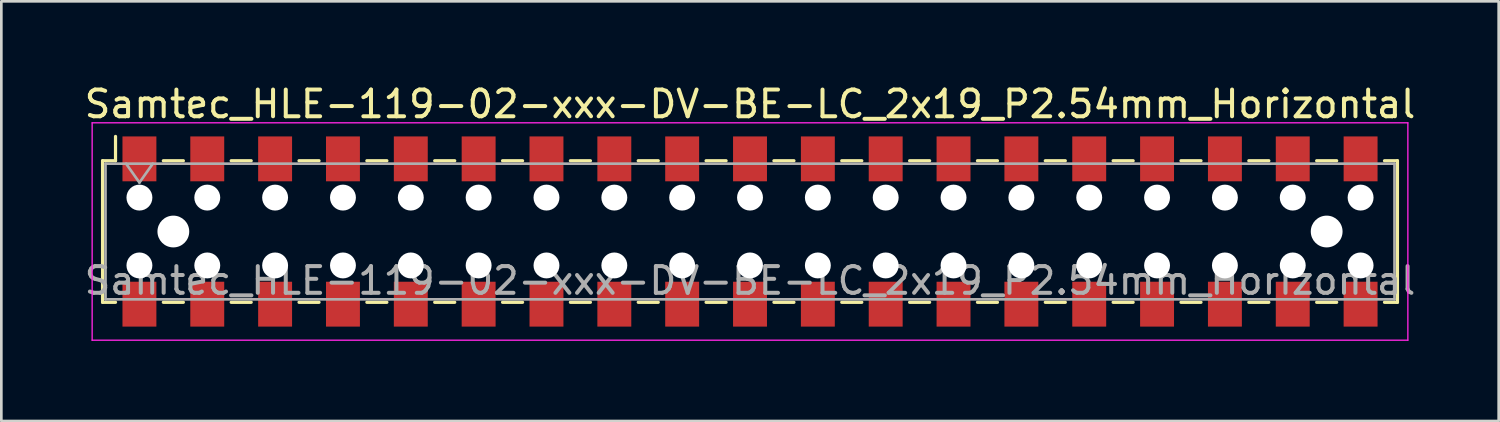
<source format=kicad_pcb>
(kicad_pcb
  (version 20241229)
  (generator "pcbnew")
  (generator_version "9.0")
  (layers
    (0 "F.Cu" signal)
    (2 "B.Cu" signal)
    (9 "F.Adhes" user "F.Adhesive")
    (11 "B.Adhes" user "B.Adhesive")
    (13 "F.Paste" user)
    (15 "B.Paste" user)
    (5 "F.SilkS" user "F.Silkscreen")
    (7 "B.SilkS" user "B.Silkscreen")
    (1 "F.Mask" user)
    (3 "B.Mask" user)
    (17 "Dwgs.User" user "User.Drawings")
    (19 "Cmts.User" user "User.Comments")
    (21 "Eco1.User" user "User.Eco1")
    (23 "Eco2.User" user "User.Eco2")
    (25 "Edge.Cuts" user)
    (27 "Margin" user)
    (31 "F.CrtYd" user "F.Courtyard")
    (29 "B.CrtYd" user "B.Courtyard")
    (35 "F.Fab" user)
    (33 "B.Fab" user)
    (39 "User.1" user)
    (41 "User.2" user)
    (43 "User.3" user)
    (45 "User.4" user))
  (footprint "Samtec_HLE-119-02-xxx-DV-BE-LC_2x19_P2.54mm_Horizontal"
    (layer "F.Cu")
    (at 25.03 5.618)
    (property "Reference" "Samtec_HLE-119-02-xxx-DV-BE-LC_2x19_P2.54mm_Horizontal" (at 0 -4.77 0) (layer "F.SilkS") (effects (font (size 1 1) (thickness 0.15))))
    (attr smd)
    (fp_line (start -24.24 -2.65) (end -24.24 2.65) (stroke (width 0.12) (type solid)) (layer "F.SilkS"))
    (fp_line (start -24.24 2.65) (end -23.755 2.65) (stroke (width 0.12) (type solid)) (layer "F.SilkS"))
    (fp_line (start -23.755 -3.56) (end -23.755 -2.65) (stroke (width 0.12) (type solid)) (layer "F.SilkS"))
    (fp_line (start -23.755 -2.65) (end -24.24 -2.65) (stroke (width 0.12) (type solid)) (layer "F.SilkS"))
    (fp_line (start -21.965 -2.65) (end -21.215 -2.65) (stroke (width 0.12) (type solid)) (layer "F.SilkS"))
    (fp_line (start -21.965 2.65) (end -21.215 2.65) (stroke (width 0.12) (type solid)) (layer "F.SilkS"))
    (fp_line (start -19.425 -2.65) (end -18.675 -2.65) (stroke (width 0.12) (type solid)) (layer "F.SilkS"))
    (fp_line (start -19.425 2.65) (end -18.675 2.65) (stroke (width 0.12) (type solid)) (layer "F.SilkS"))
    (fp_line (start -16.885 -2.65) (end -16.135 -2.65) (stroke (width 0.12) (type solid)) (layer "F.SilkS"))
    (fp_line (start -16.885 2.65) (end -16.135 2.65) (stroke (width 0.12) (type solid)) (layer "F.SilkS"))
    (fp_line (start -14.345 -2.65) (end -13.595 -2.65) (stroke (width 0.12) (type solid)) (layer "F.SilkS"))
    (fp_line (start -14.345 2.65) (end -13.595 2.65) (stroke (width 0.12) (type solid)) (layer "F.SilkS"))
    (fp_line (start -11.805 -2.65) (end -11.055 -2.65) (stroke (width 0.12) (type solid)) (layer "F.SilkS"))
    (fp_line (start -11.805 2.65) (end -11.055 2.65) (stroke (width 0.12) (type solid)) (layer "F.SilkS"))
    (fp_line (start -9.265 -2.65) (end -8.515 -2.65) (stroke (width 0.12) (type solid)) (layer "F.SilkS"))
    (fp_line (start -9.265 2.65) (end -8.515 2.65) (stroke (width 0.12) (type solid)) (layer "F.SilkS"))
    (fp_line (start -6.725 -2.65) (end -5.975 -2.65) (stroke (width 0.12) (type solid)) (layer "F.SilkS"))
    (fp_line (start -6.725 2.65) (end -5.975 2.65) (stroke (width 0.12) (type solid)) (layer "F.SilkS"))
    (fp_line (start -4.185 -2.65) (end -3.435 -2.65) (stroke (width 0.12) (type solid)) (layer "F.SilkS"))
    (fp_line (start -4.185 2.65) (end -3.435 2.65) (stroke (width 0.12) (type solid)) (layer "F.SilkS"))
    (fp_line (start -1.645 -2.65) (end -0.895 -2.65) (stroke (width 0.12) (type solid)) (layer "F.SilkS"))
    (fp_line (start -1.645 2.65) (end -0.895 2.65) (stroke (width 0.12) (type solid)) (layer "F.SilkS"))
    (fp_line (start 0.895 -2.65) (end 1.645 -2.65) (stroke (width 0.12) (type solid)) (layer "F.SilkS"))
    (fp_line (start 0.895 2.65) (end 1.645 2.65) (stroke (width 0.12) (type solid)) (layer "F.SilkS"))
    (fp_line (start 3.435 -2.65) (end 4.185 -2.65) (stroke (width 0.12) (type solid)) (layer "F.SilkS"))
    (fp_line (start 3.435 2.65) (end 4.185 2.65) (stroke (width 0.12) (type solid)) (layer "F.SilkS"))
    (fp_line (start 5.975 -2.65) (end 6.725 -2.65) (stroke (width 0.12) (type solid)) (layer "F.SilkS"))
    (fp_line (start 5.975 2.65) (end 6.725 2.65) (stroke (width 0.12) (type solid)) (layer "F.SilkS"))
    (fp_line (start 8.515 -2.65) (end 9.265 -2.65) (stroke (width 0.12) (type solid)) (layer "F.SilkS"))
    (fp_line (start 8.515 2.65) (end 9.265 2.65) (stroke (width 0.12) (type solid)) (layer "F.SilkS"))
    (fp_line (start 11.055 -2.65) (end 11.805 -2.65) (stroke (width 0.12) (type solid)) (layer "F.SilkS"))
    (fp_line (start 11.055 2.65) (end 11.805 2.65) (stroke (width 0.12) (type solid)) (layer "F.SilkS"))
    (fp_line (start 13.595 -2.65) (end 14.345 -2.65) (stroke (width 0.12) (type solid)) (layer "F.SilkS"))
    (fp_line (start 13.595 2.65) (end 14.345 2.65) (stroke (width 0.12) (type solid)) (layer "F.SilkS"))
    (fp_line (start 16.135 -2.65) (end 16.885 -2.65) (stroke (width 0.12) (type solid)) (layer "F.SilkS"))
    (fp_line (start 16.135 2.65) (end 16.885 2.65) (stroke (width 0.12) (type solid)) (layer "F.SilkS"))
    (fp_line (start 18.675 -2.65) (end 19.425 -2.65) (stroke (width 0.12) (type solid)) (layer "F.SilkS"))
    (fp_line (start 18.675 2.65) (end 19.425 2.65) (stroke (width 0.12) (type solid)) (layer "F.SilkS"))
    (fp_line (start 21.215 -2.65) (end 21.965 -2.65) (stroke (width 0.12) (type solid)) (layer "F.SilkS"))
    (fp_line (start 21.215 2.65) (end 21.965 2.65) (stroke (width 0.12) (type solid)) (layer "F.SilkS"))
    (fp_line (start 23.755 -2.65) (end 24.24 -2.65) (stroke (width 0.12) (type solid)) (layer "F.SilkS"))
    (fp_line (start 24.24 -2.65) (end 24.24 2.65) (stroke (width 0.12) (type solid)) (layer "F.SilkS"))
    (fp_line (start 24.24 2.65) (end 23.755 2.65) (stroke (width 0.12) (type solid)) (layer "F.SilkS"))
    (fp_line (start -24.63 -4.07) (end 24.63 -4.07) (stroke (width 0.05) (type solid)) (layer "F.CrtYd"))
    (fp_line (start -24.63 4.07) (end -24.63 -4.07) (stroke (width 0.05) (type solid)) (layer "F.CrtYd"))
    (fp_line (start 24.63 -4.07) (end 24.63 4.07) (stroke (width 0.05) (type solid)) (layer "F.CrtYd"))
    (fp_line (start 24.63 4.07) (end -24.63 4.07) (stroke (width 0.05) (type solid)) (layer "F.CrtYd"))
    (fp_line (start -24.13 -2.54) (end 24.13 -2.54) (stroke (width 0.1) (type solid)) (layer "F.Fab"))
    (fp_line (start -24.13 2.54) (end -24.13 -2.54) (stroke (width 0.1) (type solid)) (layer "F.Fab"))
    (fp_line (start -23.36 -2.54) (end -22.86 -1.833) (stroke (width 0.1) (type solid)) (layer "F.Fab"))
    (fp_line (start -22.86 -1.833) (end -22.36 -2.54) (stroke (width 0.1) (type solid)) (layer "F.Fab"))
    (fp_line (start 24.13 -2.54) (end 24.13 2.54) (stroke (width 0.1) (type solid)) (layer "F.Fab"))
    (fp_line (start 24.13 2.54) (end -24.13 2.54) (stroke (width 0.1) (type solid)) (layer "F.Fab"))
    (fp_text user "${REFERENCE}" (at 0 1.84 0) (layer "F.Fab") (effects (font (size 1 1) (thickness 0.15))))
    (pad "" np_thru_hole circle (at -22.86 -1.27) (size 0.97 0.97) (drill 0.97) (layers "*.Cu" "*.Mask"))
    (pad "" np_thru_hole circle (at -22.86 1.27) (size 0.97 0.97) (drill 0.97) (layers "*.Cu" "*.Mask"))
    (pad "" np_thru_hole circle (at -21.59 0) (size 1.19 1.19) (drill 1.19) (layers "*.Cu" "*.Mask"))
    (pad "" np_thru_hole circle (at -20.32 -1.27) (size 0.97 0.97) (drill 0.97) (layers "*.Cu" "*.Mask"))
    (pad "" np_thru_hole circle (at -20.32 1.27) (size 0.97 0.97) (drill 0.97) (layers "*.Cu" "*.Mask"))
    (pad "" np_thru_hole circle (at -17.78 -1.27) (size 0.97 0.97) (drill 0.97) (layers "*.Cu" "*.Mask"))
    (pad "" np_thru_hole circle (at -17.78 1.27) (size 0.97 0.97) (drill 0.97) (layers "*.Cu" "*.Mask"))
    (pad "" np_thru_hole circle (at -15.24 -1.27) (size 0.97 0.97) (drill 0.97) (layers "*.Cu" "*.Mask"))
    (pad "" np_thru_hole circle (at -15.24 1.27) (size 0.97 0.97) (drill 0.97) (layers "*.Cu" "*.Mask"))
    (pad "" np_thru_hole circle (at -12.7 -1.27) (size 0.97 0.97) (drill 0.97) (layers "*.Cu" "*.Mask"))
    (pad "" np_thru_hole circle (at -12.7 1.27) (size 0.97 0.97) (drill 0.97) (layers "*.Cu" "*.Mask"))
    (pad "" np_thru_hole circle (at -10.16 -1.27) (size 0.97 0.97) (drill 0.97) (layers "*.Cu" "*.Mask"))
    (pad "" np_thru_hole circle (at -10.16 1.27) (size 0.97 0.97) (drill 0.97) (layers "*.Cu" "*.Mask"))
    (pad "" np_thru_hole circle (at -7.62 -1.27) (size 0.97 0.97) (drill 0.97) (layers "*.Cu" "*.Mask"))
    (pad "" np_thru_hole circle (at -7.62 1.27) (size 0.97 0.97) (drill 0.97) (layers "*.Cu" "*.Mask"))
    (pad "" np_thru_hole circle (at -5.08 -1.27) (size 0.97 0.97) (drill 0.97) (layers "*.Cu" "*.Mask"))
    (pad "" np_thru_hole circle (at -5.08 1.27) (size 0.97 0.97) (drill 0.97) (layers "*.Cu" "*.Mask"))
    (pad "" np_thru_hole circle (at -2.54 -1.27) (size 0.97 0.97) (drill 0.97) (layers "*.Cu" "*.Mask"))
    (pad "" np_thru_hole circle (at -2.54 1.27) (size 0.97 0.97) (drill 0.97) (layers "*.Cu" "*.Mask"))
    (pad "" np_thru_hole circle (at 0 -1.27) (size 0.97 0.97) (drill 0.97) (layers "*.Cu" "*.Mask"))
    (pad "" np_thru_hole circle (at 0 1.27) (size 0.97 0.97) (drill 0.97) (layers "*.Cu" "*.Mask"))
    (pad "" np_thru_hole circle (at 2.54 -1.27) (size 0.97 0.97) (drill 0.97) (layers "*.Cu" "*.Mask"))
    (pad "" np_thru_hole circle (at 2.54 1.27) (size 0.97 0.97) (drill 0.97) (layers "*.Cu" "*.Mask"))
    (pad "" np_thru_hole circle (at 5.08 -1.27) (size 0.97 0.97) (drill 0.97) (layers "*.Cu" "*.Mask"))
    (pad "" np_thru_hole circle (at 5.08 1.27) (size 0.97 0.97) (drill 0.97) (layers "*.Cu" "*.Mask"))
    (pad "" np_thru_hole circle (at 7.62 -1.27) (size 0.97 0.97) (drill 0.97) (layers "*.Cu" "*.Mask"))
    (pad "" np_thru_hole circle (at 7.62 1.27) (size 0.97 0.97) (drill 0.97) (layers "*.Cu" "*.Mask"))
    (pad "" np_thru_hole circle (at 10.16 -1.27) (size 0.97 0.97) (drill 0.97) (layers "*.Cu" "*.Mask"))
    (pad "" np_thru_hole circle (at 10.16 1.27) (size 0.97 0.97) (drill 0.97) (layers "*.Cu" "*.Mask"))
    (pad "" np_thru_hole circle (at 12.7 -1.27) (size 0.97 0.97) (drill 0.97) (layers "*.Cu" "*.Mask"))
    (pad "" np_thru_hole circle (at 12.7 1.27) (size 0.97 0.97) (drill 0.97) (layers "*.Cu" "*.Mask"))
    (pad "" np_thru_hole circle (at 15.24 -1.27) (size 0.97 0.97) (drill 0.97) (layers "*.Cu" "*.Mask"))
    (pad "" np_thru_hole circle (at 15.24 1.27) (size 0.97 0.97) (drill 0.97) (layers "*.Cu" "*.Mask"))
    (pad "" np_thru_hole circle (at 17.78 -1.27) (size 0.97 0.97) (drill 0.97) (layers "*.Cu" "*.Mask"))
    (pad "" np_thru_hole circle (at 17.78 1.27) (size 0.97 0.97) (drill 0.97) (layers "*.Cu" "*.Mask"))
    (pad "" np_thru_hole circle (at 20.32 -1.27) (size 0.97 0.97) (drill 0.97) (layers "*.Cu" "*.Mask"))
    (pad "" np_thru_hole circle (at 20.32 1.27) (size 0.97 0.97) (drill 0.97) (layers "*.Cu" "*.Mask"))
    (pad "" np_thru_hole circle (at 21.59 0) (size 1.19 1.19) (drill 1.19) (layers "*.Cu" "*.Mask"))
    (pad "" np_thru_hole circle (at 22.86 -1.27) (size 0.97 0.97) (drill 0.97) (layers "*.Cu" "*.Mask"))
    (pad "" np_thru_hole circle (at 22.86 1.27) (size 0.97 0.97) (drill 0.97) (layers "*.Cu" "*.Mask"))
    (pad "1" smd rect (at -22.86 -2.72) (size 1.27 1.68) (layers "F.Cu" "F.Mask" "F.Paste"))
    (pad "2" smd rect (at -22.86 2.72) (size 1.27 1.68) (layers "F.Cu" "F.Mask" "F.Paste"))
    (pad "3" smd rect (at -20.32 -2.72) (size 1.27 1.68) (layers "F.Cu" "F.Mask" "F.Paste"))
    (pad "4" smd rect (at -20.32 2.72) (size 1.27 1.68) (layers "F.Cu" "F.Mask" "F.Paste"))
    (pad "5" smd rect (at -17.78 -2.72) (size 1.27 1.68) (layers "F.Cu" "F.Mask" "F.Paste"))
    (pad "6" smd rect (at -17.78 2.72) (size 1.27 1.68) (layers "F.Cu" "F.Mask" "F.Paste"))
    (pad "7" smd rect (at -15.24 -2.72) (size 1.27 1.68) (layers "F.Cu" "F.Mask" "F.Paste"))
    (pad "8" smd rect (at -15.24 2.72) (size 1.27 1.68) (layers "F.Cu" "F.Mask" "F.Paste"))
    (pad "9" smd rect (at -12.7 -2.72) (size 1.27 1.68) (layers "F.Cu" "F.Mask" "F.Paste"))
    (pad "10" smd rect (at -12.7 2.72) (size 1.27 1.68) (layers "F.Cu" "F.Mask" "F.Paste"))
    (pad "11" smd rect (at -10.16 -2.72) (size 1.27 1.68) (layers "F.Cu" "F.Mask" "F.Paste"))
    (pad "12" smd rect (at -10.16 2.72) (size 1.27 1.68) (layers "F.Cu" "F.Mask" "F.Paste"))
    (pad "13" smd rect (at -7.62 -2.72) (size 1.27 1.68) (layers "F.Cu" "F.Mask" "F.Paste"))
    (pad "14" smd rect (at -7.62 2.72) (size 1.27 1.68) (layers "F.Cu" "F.Mask" "F.Paste"))
    (pad "15" smd rect (at -5.08 -2.72) (size 1.27 1.68) (layers "F.Cu" "F.Mask" "F.Paste"))
    (pad "16" smd rect (at -5.08 2.72) (size 1.27 1.68) (layers "F.Cu" "F.Mask" "F.Paste"))
    (pad "17" smd rect (at -2.54 -2.72) (size 1.27 1.68) (layers "F.Cu" "F.Mask" "F.Paste"))
    (pad "18" smd rect (at -2.54 2.72) (size 1.27 1.68) (layers "F.Cu" "F.Mask" "F.Paste"))
    (pad "19" smd rect (at 0 -2.72) (size 1.27 1.68) (layers "F.Cu" "F.Mask" "F.Paste"))
    (pad "20" smd rect (at 0 2.72) (size 1.27 1.68) (layers "F.Cu" "F.Mask" "F.Paste"))
    (pad "21" smd rect (at 2.54 -2.72) (size 1.27 1.68) (layers "F.Cu" "F.Mask" "F.Paste"))
    (pad "22" smd rect (at 2.54 2.72) (size 1.27 1.68) (layers "F.Cu" "F.Mask" "F.Paste"))
    (pad "23" smd rect (at 5.08 -2.72) (size 1.27 1.68) (layers "F.Cu" "F.Mask" "F.Paste"))
    (pad "24" smd rect (at 5.08 2.72) (size 1.27 1.68) (layers "F.Cu" "F.Mask" "F.Paste"))
    (pad "25" smd rect (at 7.62 -2.72) (size 1.27 1.68) (layers "F.Cu" "F.Mask" "F.Paste"))
    (pad "26" smd rect (at 7.62 2.72) (size 1.27 1.68) (layers "F.Cu" "F.Mask" "F.Paste"))
    (pad "27" smd rect (at 10.16 -2.72) (size 1.27 1.68) (layers "F.Cu" "F.Mask" "F.Paste"))
    (pad "28" smd rect (at 10.16 2.72) (size 1.27 1.68) (layers "F.Cu" "F.Mask" "F.Paste"))
    (pad "29" smd rect (at 12.7 -2.72) (size 1.27 1.68) (layers "F.Cu" "F.Mask" "F.Paste"))
    (pad "30" smd rect (at 12.7 2.72) (size 1.27 1.68) (layers "F.Cu" "F.Mask" "F.Paste"))
    (pad "31" smd rect (at 15.24 -2.72) (size 1.27 1.68) (layers "F.Cu" "F.Mask" "F.Paste"))
    (pad "32" smd rect (at 15.24 2.72) (size 1.27 1.68) (layers "F.Cu" "F.Mask" "F.Paste"))
    (pad "33" smd rect (at 17.78 -2.72) (size 1.27 1.68) (layers "F.Cu" "F.Mask" "F.Paste"))
    (pad "34" smd rect (at 17.78 2.72) (size 1.27 1.68) (layers "F.Cu" "F.Mask" "F.Paste"))
    (pad "35" smd rect (at 20.32 -2.72) (size 1.27 1.68) (layers "F.Cu" "F.Mask" "F.Paste"))
    (pad "36" smd rect (at 20.32 2.72) (size 1.27 1.68) (layers "F.Cu" "F.Mask" "F.Paste"))
    (pad "37" smd rect (at 22.86 -2.72) (size 1.27 1.68) (layers "F.Cu" "F.Mask" "F.Paste"))
    (pad "38" smd rect (at 22.86 2.72) (size 1.27 1.68) (layers "F.Cu" "F.Mask" "F.Paste")))
  (gr_rect
    (start -3 -3)
    (end 53.06 12.713)
    (stroke (width 0.1) (type default))
    (fill no)
    (layer "Edge.Cuts")))
</source>
